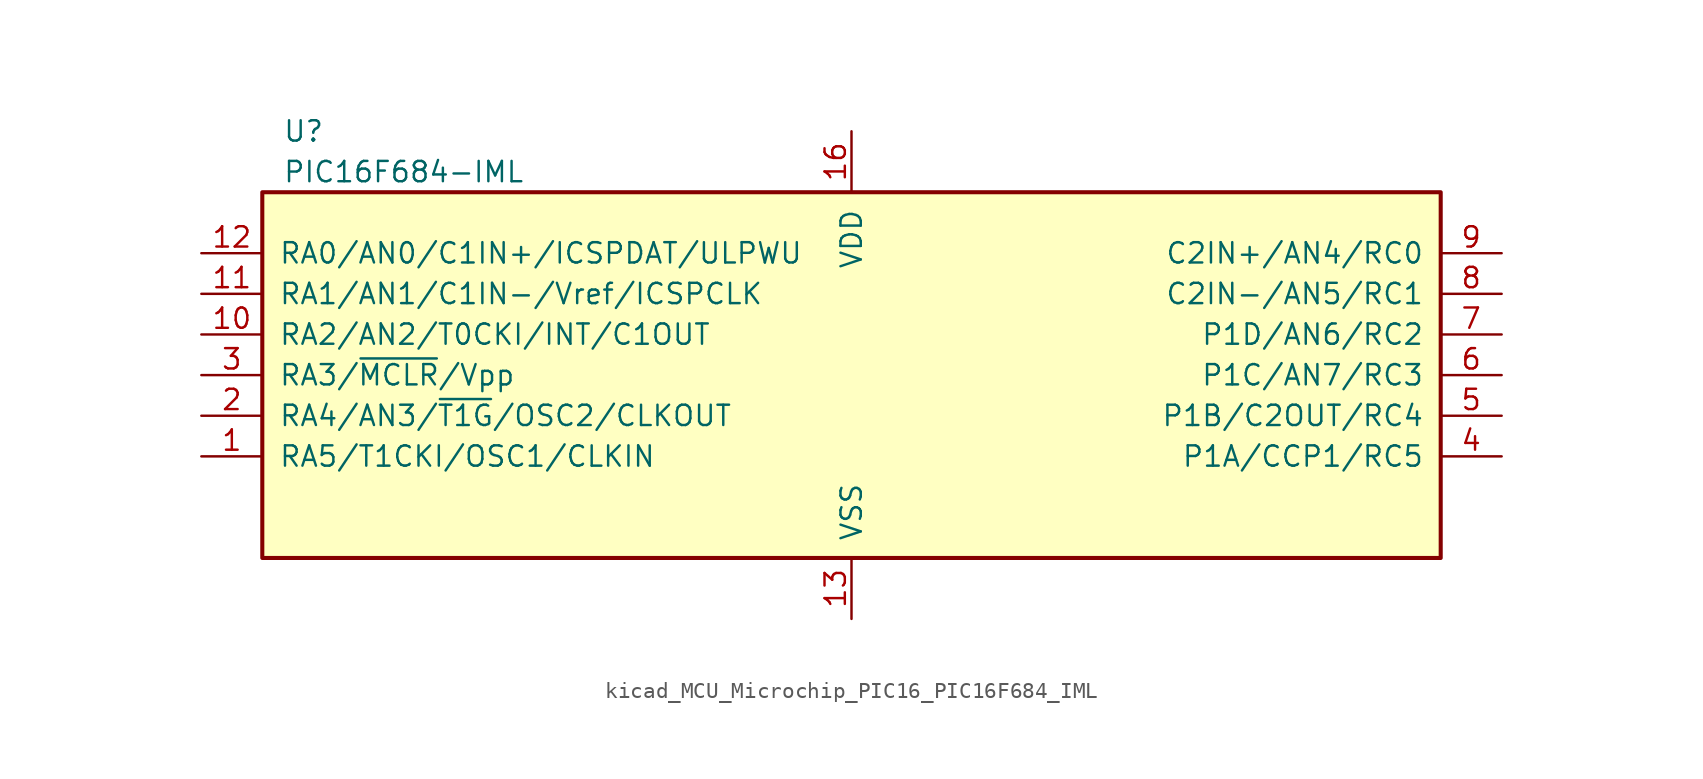
<source format=kicad_sym>
(kicad_symbol_lib
  (version 20220914)
  (generator kicad_symbol_editor)
  (symbol "kicad_MCU_Microchip_PIC16_PIC16F684_IML"
    (pin_names
      (offset 1.016))
    (property "Reference" "U"
      (at -35.56 15.24 0)
      (effects (font (size 1.27 1.27)) (justify left)))
    (property "Value" "PIC16F684-IML"
      (at -35.56 12.7 0)
      (effects (font (size 1.27 1.27)) (justify left)))
    (symbol "kicad_MCU_Microchip_PIC16_PIC16F684_IML_0_1"
      (rectangle (start -36.83 11.43) (end 36.83 -11.43) (stroke (width 0.254) (type default)) (fill (type background))))
    (symbol "kicad_MCU_Microchip_PIC16_PIC16F684_IML_1_1"
      (pin bidirectional line (at -40.64 -5.08 0) (length 3.81) (name "RA5/T1CKI/OSC1/CLKIN" (effects (font (size 1.27 1.27)))) (number "1" (effects (font (size 1.27 1.27)))))
      (pin bidirectional line (at -40.64 2.54 0) (length 3.81) (name "RA2/AN2/T0CKI/INT/C1OUT" (effects (font (size 1.27 1.27)))) (number "10" (effects (font (size 1.27 1.27)))))
      (pin bidirectional line (at -40.64 5.08 0) (length 3.81) (name "RA1/AN1/C1IN-/Vref/ICSPCLK" (effects (font (size 1.27 1.27)))) (number "11" (effects (font (size 1.27 1.27)))))
      (pin bidirectional line (at -40.64 7.62 0) (length 3.81) (name "RA0/AN0/C1IN+/ICSPDAT/ULPWU" (effects (font (size 1.27 1.27)))) (number "12" (effects (font (size 1.27 1.27)))))
      (pin power_in line (at 0 -15.24 90) (length 3.81) (name "VSS" (effects (font (size 1.27 1.27)))) (number "13" (effects (font (size 1.27 1.27)))))
      (pin power_in line (at 0 15.24 270) (length 3.81) (name "VDD" (effects (font (size 1.27 1.27)))) (number "16" (effects (font (size 1.27 1.27)))))
      (pin bidirectional line (at -40.64 -2.54 0) (length 3.81) (name "RA4/AN3/~{T1G}/OSC2/CLKOUT" (effects (font (size 1.27 1.27)))) (number "2" (effects (font (size 1.27 1.27)))))
      (pin input line (at -40.64 0 0) (length 3.81) (name "RA3/~{MCLR}/Vpp" (effects (font (size 1.27 1.27)))) (number "3" (effects (font (size 1.27 1.27)))))
      (pin bidirectional line (at 40.64 -5.08 180) (length 3.81) (name "P1A/CCP1/RC5" (effects (font (size 1.27 1.27)))) (number "4" (effects (font (size 1.27 1.27)))))
      (pin bidirectional line (at 40.64 -2.54 180) (length 3.81) (name "P1B/C2OUT/RC4" (effects (font (size 1.27 1.27)))) (number "5" (effects (font (size 1.27 1.27)))))
      (pin bidirectional line (at 40.64 0 180) (length 3.81) (name "P1C/AN7/RC3" (effects (font (size 1.27 1.27)))) (number "6" (effects (font (size 1.27 1.27)))))
      (pin bidirectional line (at 40.64 2.54 180) (length 3.81) (name "P1D/AN6/RC2" (effects (font (size 1.27 1.27)))) (number "7" (effects (font (size 1.27 1.27)))))
      (pin bidirectional line (at 40.64 5.08 180) (length 3.81) (name "C2IN-/AN5/RC1" (effects (font (size 1.27 1.27)))) (number "8" (effects (font (size 1.27 1.27)))))
      (pin bidirectional line (at 40.64 7.62 180) (length 3.81) (name "C2IN+/AN4/RC0" (effects (font (size 1.27 1.27)))) (number "9" (effects (font (size 1.27 1.27))))))))
</source>
